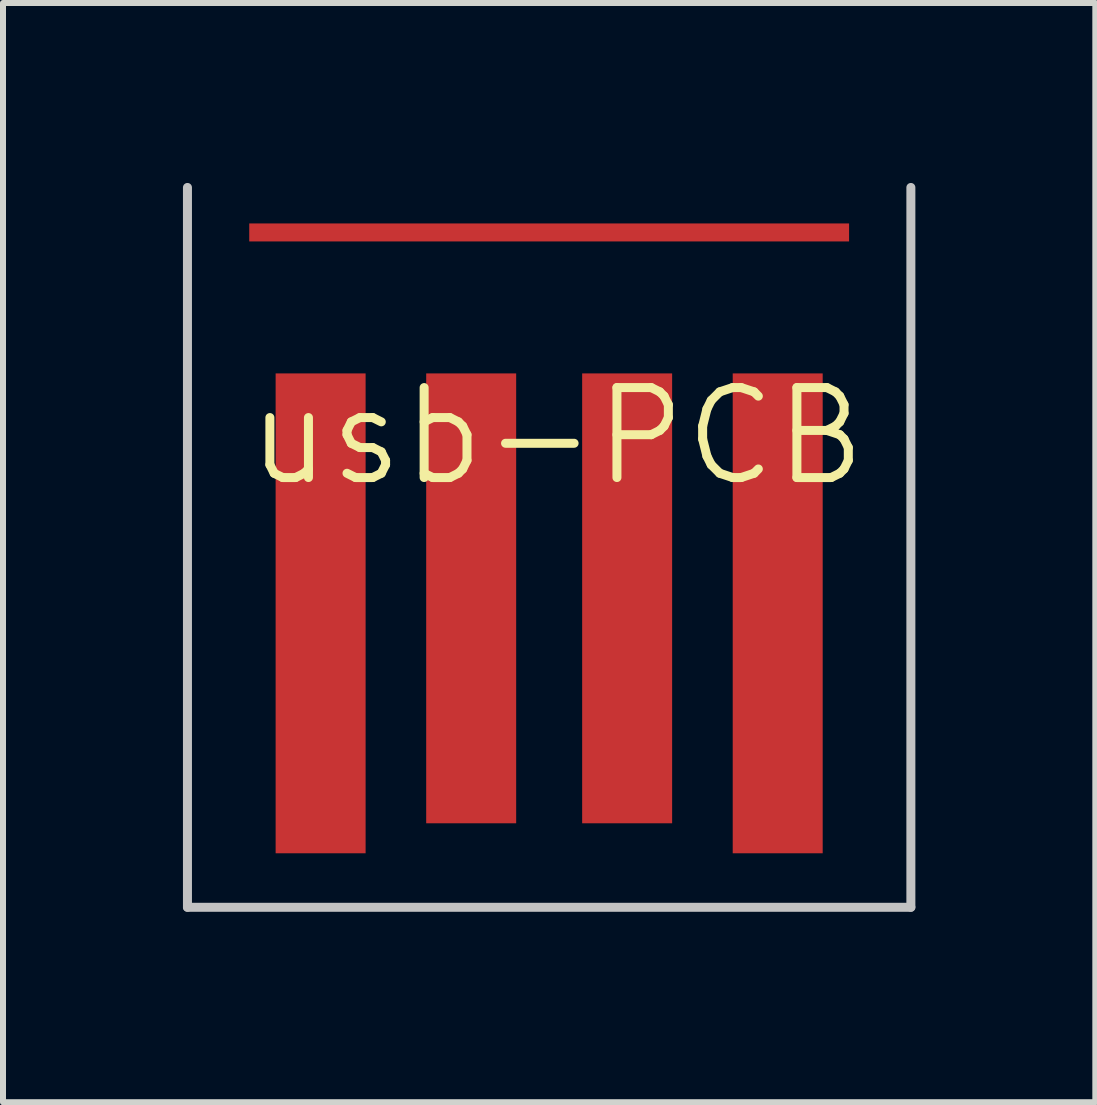
<source format=kicad_pcb>
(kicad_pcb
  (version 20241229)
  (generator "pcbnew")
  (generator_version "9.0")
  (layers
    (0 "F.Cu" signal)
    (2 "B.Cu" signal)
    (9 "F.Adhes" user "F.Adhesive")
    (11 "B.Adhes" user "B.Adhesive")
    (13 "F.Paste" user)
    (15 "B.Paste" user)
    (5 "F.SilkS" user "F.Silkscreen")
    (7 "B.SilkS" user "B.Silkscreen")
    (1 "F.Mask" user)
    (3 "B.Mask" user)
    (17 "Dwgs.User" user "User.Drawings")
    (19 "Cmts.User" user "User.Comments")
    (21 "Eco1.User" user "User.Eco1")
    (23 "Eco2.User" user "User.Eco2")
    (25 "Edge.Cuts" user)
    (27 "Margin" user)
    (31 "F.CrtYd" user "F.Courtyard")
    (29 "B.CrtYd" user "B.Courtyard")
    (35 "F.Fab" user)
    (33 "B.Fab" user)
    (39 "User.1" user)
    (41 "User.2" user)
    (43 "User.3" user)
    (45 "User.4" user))
  (footprint "usb-PCB"
    (layer "F.Cu")
    (at 6.105 12.075)
    (property "Reference" "usb-PCB" (at 0.13 -7.85 0) (layer "F.SilkS") (effects (font (size 1.5 1.5) (thickness 0.15))))
    (attr exclude_from_pos_files exclude_from_bom)
    (fp_line (start -6.03 0) (end -6.03 -12) (stroke (width 0.15) (type solid)) (layer "Dwgs.User"))
    (fp_line (start 6.03 0) (end -6.03 0) (stroke (width 0.15) (type solid)) (layer "Dwgs.User"))
    (fp_line (start 6.03 0) (end 6.03 -12) (stroke (width 0.15) (type solid)) (layer "Dwgs.User"))
    (pad "1" connect rect (at -3.81 -4.9) (size 1.5 8) (layers "F.Cu" "F.Mask"))
    (pad "2" connect rect (at -1.3 -5.15) (size 1.5 7.5) (layers "F.Cu" "F.Mask"))
    (pad "3" connect rect (at 1.3 -5.15) (size 1.5 7.5) (layers "F.Cu" "F.Mask"))
    (pad "4" connect rect (at 3.81 -4.9) (size 1.5 8) (layers "F.Cu" "F.Mask"))
    (pad "5" smd rect (at 0 -11.25) (size 10 0.3) (layers "F.Cu")))
  (gr_rect
    (start -3 -3)
    (end 15.21 15.325)
    (stroke (width 0.1) (type default))
    (fill no)
    (layer "Edge.Cuts")))
</source>
